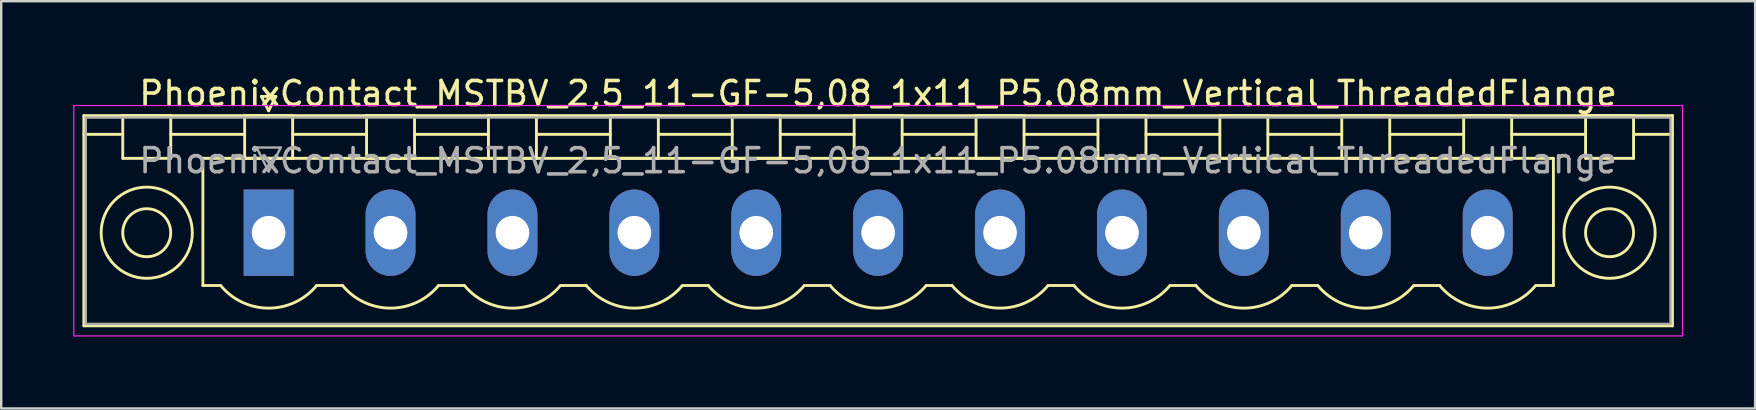
<source format=kicad_pcb>
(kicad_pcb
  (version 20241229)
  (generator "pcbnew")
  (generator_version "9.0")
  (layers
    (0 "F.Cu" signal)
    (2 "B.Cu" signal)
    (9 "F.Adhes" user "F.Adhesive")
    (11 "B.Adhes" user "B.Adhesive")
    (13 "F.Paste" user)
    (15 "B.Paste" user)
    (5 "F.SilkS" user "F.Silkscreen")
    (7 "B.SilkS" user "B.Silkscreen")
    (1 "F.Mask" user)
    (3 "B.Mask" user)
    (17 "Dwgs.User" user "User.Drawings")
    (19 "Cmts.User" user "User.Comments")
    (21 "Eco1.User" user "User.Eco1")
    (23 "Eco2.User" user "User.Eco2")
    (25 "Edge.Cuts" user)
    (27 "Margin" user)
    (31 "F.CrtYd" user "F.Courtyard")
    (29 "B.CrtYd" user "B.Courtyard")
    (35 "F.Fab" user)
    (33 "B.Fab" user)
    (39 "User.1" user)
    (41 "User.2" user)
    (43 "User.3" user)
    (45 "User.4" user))
  (footprint "PhoenixContact_MSTBV_2,5_11-GF-5,08_1x11_P5.08mm_Vertical_ThreadedFlange"
    (layer "F.Cu")
    (at 8.145 6.648)
    (property "Reference" "PhoenixContact_MSTBV_2,5_11-GF-5,08_1x11_P5.08mm_Vertical_ThreadedFlange" (at 25.4 -5.8 0) (layer "F.SilkS") (effects (font (size 1 1) (thickness 0.15))))
    (attr through_hole)
    (fp_line (start -7.7 -4.88) (end -7.7 3.88) (stroke (width 0.12) (type solid)) (layer "F.SilkS"))
    (fp_line (start -7.7 -4.1) (end -6.16 -4.1) (stroke (width 0.12) (type solid)) (layer "F.SilkS"))
    (fp_line (start -7.7 3.88) (end 58.5 3.88) (stroke (width 0.12) (type solid)) (layer "F.SilkS"))
    (fp_line (start -6.08 -4.88) (end -4.08 -4.88) (stroke (width 0.12) (type solid)) (layer "F.SilkS"))
    (fp_line (start -6.08 -3.1) (end -6.08 -4.88) (stroke (width 0.12) (type solid)) (layer "F.SilkS"))
    (fp_line (start -4.08 -4.88) (end -4.08 -3.1) (stroke (width 0.12) (type solid)) (layer "F.SilkS"))
    (fp_line (start -4.08 -4.1) (end -1 -4.1) (stroke (width 0.12) (type solid)) (layer "F.SilkS"))
    (fp_line (start -4.08 -3.1) (end -6.08 -3.1) (stroke (width 0.12) (type solid)) (layer "F.SilkS"))
    (fp_line (start -2.74 -3.1) (end 53.54 -3.1) (stroke (width 0.12) (type solid)) (layer "F.SilkS"))
    (fp_line (start -2.74 2.2) (end -2.74 -3.1) (stroke (width 0.12) (type solid)) (layer "F.SilkS"))
    (fp_line (start -2 2.2) (end -2.74 2.2) (stroke (width 0.12) (type solid)) (layer "F.SilkS"))
    (fp_line (start -1 -4.88) (end 1 -4.88) (stroke (width 0.12) (type solid)) (layer "F.SilkS"))
    (fp_line (start -1 -3.1) (end -1 -4.88) (stroke (width 0.12) (type solid)) (layer "F.SilkS"))
    (fp_line (start -0.3 -5.68) (end 0.3 -5.68) (stroke (width 0.12) (type solid)) (layer "F.SilkS"))
    (fp_line (start 0 -5.08) (end -0.3 -5.68) (stroke (width 0.12) (type solid)) (layer "F.SilkS"))
    (fp_line (start 0.3 -5.68) (end 0 -5.08) (stroke (width 0.12) (type solid)) (layer "F.SilkS"))
    (fp_line (start 1 -4.88) (end 1 -3.1) (stroke (width 0.12) (type solid)) (layer "F.SilkS"))
    (fp_line (start 1 -4.1) (end 4.08 -4.1) (stroke (width 0.12) (type solid)) (layer "F.SilkS"))
    (fp_line (start 1 -3.1) (end -1 -3.1) (stroke (width 0.12) (type solid)) (layer "F.SilkS"))
    (fp_line (start 2 2.2) (end 3.08 2.2) (stroke (width 0.12) (type solid)) (layer "F.SilkS"))
    (fp_line (start 4.08 -4.88) (end 6.08 -4.88) (stroke (width 0.12) (type solid)) (layer "F.SilkS"))
    (fp_line (start 4.08 -3.1) (end 4.08 -4.88) (stroke (width 0.12) (type solid)) (layer "F.SilkS"))
    (fp_line (start 6.08 -4.88) (end 6.08 -3.1) (stroke (width 0.12) (type solid)) (layer "F.SilkS"))
    (fp_line (start 6.08 -4.1) (end 9.16 -4.1) (stroke (width 0.12) (type solid)) (layer "F.SilkS"))
    (fp_line (start 6.08 -3.1) (end 4.08 -3.1) (stroke (width 0.12) (type solid)) (layer "F.SilkS"))
    (fp_line (start 7.08 2.2) (end 8.16 2.2) (stroke (width 0.12) (type solid)) (layer "F.SilkS"))
    (fp_line (start 9.16 -4.88) (end 11.16 -4.88) (stroke (width 0.12) (type solid)) (layer "F.SilkS"))
    (fp_line (start 9.16 -3.1) (end 9.16 -4.88) (stroke (width 0.12) (type solid)) (layer "F.SilkS"))
    (fp_line (start 11.16 -4.88) (end 11.16 -3.1) (stroke (width 0.12) (type solid)) (layer "F.SilkS"))
    (fp_line (start 11.16 -4.1) (end 14.24 -4.1) (stroke (width 0.12) (type solid)) (layer "F.SilkS"))
    (fp_line (start 11.16 -3.1) (end 9.16 -3.1) (stroke (width 0.12) (type solid)) (layer "F.SilkS"))
    (fp_line (start 12.16 2.2) (end 13.24 2.2) (stroke (width 0.12) (type solid)) (layer "F.SilkS"))
    (fp_line (start 14.24 -4.88) (end 16.24 -4.88) (stroke (width 0.12) (type solid)) (layer "F.SilkS"))
    (fp_line (start 14.24 -3.1) (end 14.24 -4.88) (stroke (width 0.12) (type solid)) (layer "F.SilkS"))
    (fp_line (start 16.24 -4.88) (end 16.24 -3.1) (stroke (width 0.12) (type solid)) (layer "F.SilkS"))
    (fp_line (start 16.24 -4.1) (end 19.32 -4.1) (stroke (width 0.12) (type solid)) (layer "F.SilkS"))
    (fp_line (start 16.24 -3.1) (end 14.24 -3.1) (stroke (width 0.12) (type solid)) (layer "F.SilkS"))
    (fp_line (start 17.24 2.2) (end 18.32 2.2) (stroke (width 0.12) (type solid)) (layer "F.SilkS"))
    (fp_line (start 19.32 -4.88) (end 21.32 -4.88) (stroke (width 0.12) (type solid)) (layer "F.SilkS"))
    (fp_line (start 19.32 -3.1) (end 19.32 -4.88) (stroke (width 0.12) (type solid)) (layer "F.SilkS"))
    (fp_line (start 21.32 -4.88) (end 21.32 -3.1) (stroke (width 0.12) (type solid)) (layer "F.SilkS"))
    (fp_line (start 21.32 -4.1) (end 24.4 -4.1) (stroke (width 0.12) (type solid)) (layer "F.SilkS"))
    (fp_line (start 21.32 -3.1) (end 19.32 -3.1) (stroke (width 0.12) (type solid)) (layer "F.SilkS"))
    (fp_line (start 22.32 2.2) (end 23.4 2.2) (stroke (width 0.12) (type solid)) (layer "F.SilkS"))
    (fp_line (start 24.4 -4.88) (end 26.4 -4.88) (stroke (width 0.12) (type solid)) (layer "F.SilkS"))
    (fp_line (start 24.4 -3.1) (end 24.4 -4.88) (stroke (width 0.12) (type solid)) (layer "F.SilkS"))
    (fp_line (start 26.4 -4.88) (end 26.4 -3.1) (stroke (width 0.12) (type solid)) (layer "F.SilkS"))
    (fp_line (start 26.4 -4.1) (end 29.48 -4.1) (stroke (width 0.12) (type solid)) (layer "F.SilkS"))
    (fp_line (start 26.4 -3.1) (end 24.4 -3.1) (stroke (width 0.12) (type solid)) (layer "F.SilkS"))
    (fp_line (start 27.4 2.2) (end 28.48 2.2) (stroke (width 0.12) (type solid)) (layer "F.SilkS"))
    (fp_line (start 29.48 -4.88) (end 31.48 -4.88) (stroke (width 0.12) (type solid)) (layer "F.SilkS"))
    (fp_line (start 29.48 -3.1) (end 29.48 -4.88) (stroke (width 0.12) (type solid)) (layer "F.SilkS"))
    (fp_line (start 31.48 -4.88) (end 31.48 -3.1) (stroke (width 0.12) (type solid)) (layer "F.SilkS"))
    (fp_line (start 31.48 -4.1) (end 34.56 -4.1) (stroke (width 0.12) (type solid)) (layer "F.SilkS"))
    (fp_line (start 31.48 -3.1) (end 29.48 -3.1) (stroke (width 0.12) (type solid)) (layer "F.SilkS"))
    (fp_line (start 32.48 2.2) (end 33.56 2.2) (stroke (width 0.12) (type solid)) (layer "F.SilkS"))
    (fp_line (start 34.56 -4.88) (end 36.56 -4.88) (stroke (width 0.12) (type solid)) (layer "F.SilkS"))
    (fp_line (start 34.56 -3.1) (end 34.56 -4.88) (stroke (width 0.12) (type solid)) (layer "F.SilkS"))
    (fp_line (start 36.56 -4.88) (end 36.56 -3.1) (stroke (width 0.12) (type solid)) (layer "F.SilkS"))
    (fp_line (start 36.56 -4.1) (end 39.64 -4.1) (stroke (width 0.12) (type solid)) (layer "F.SilkS"))
    (fp_line (start 36.56 -3.1) (end 34.56 -3.1) (stroke (width 0.12) (type solid)) (layer "F.SilkS"))
    (fp_line (start 37.56 2.2) (end 38.64 2.2) (stroke (width 0.12) (type solid)) (layer "F.SilkS"))
    (fp_line (start 39.64 -4.88) (end 41.64 -4.88) (stroke (width 0.12) (type solid)) (layer "F.SilkS"))
    (fp_line (start 39.64 -3.1) (end 39.64 -4.88) (stroke (width 0.12) (type solid)) (layer "F.SilkS"))
    (fp_line (start 41.64 -4.88) (end 41.64 -3.1) (stroke (width 0.12) (type solid)) (layer "F.SilkS"))
    (fp_line (start 41.64 -4.1) (end 44.72 -4.1) (stroke (width 0.12) (type solid)) (layer "F.SilkS"))
    (fp_line (start 41.64 -3.1) (end 39.64 -3.1) (stroke (width 0.12) (type solid)) (layer "F.SilkS"))
    (fp_line (start 42.64 2.2) (end 43.72 2.2) (stroke (width 0.12) (type solid)) (layer "F.SilkS"))
    (fp_line (start 44.72 -4.88) (end 46.72 -4.88) (stroke (width 0.12) (type solid)) (layer "F.SilkS"))
    (fp_line (start 44.72 -3.1) (end 44.72 -4.88) (stroke (width 0.12) (type solid)) (layer "F.SilkS"))
    (fp_line (start 46.72 -4.88) (end 46.72 -3.1) (stroke (width 0.12) (type solid)) (layer "F.SilkS"))
    (fp_line (start 46.72 -4.1) (end 49.8 -4.1) (stroke (width 0.12) (type solid)) (layer "F.SilkS"))
    (fp_line (start 46.72 -3.1) (end 44.72 -3.1) (stroke (width 0.12) (type solid)) (layer "F.SilkS"))
    (fp_line (start 47.72 2.2) (end 48.8 2.2) (stroke (width 0.12) (type solid)) (layer "F.SilkS"))
    (fp_line (start 49.8 -4.88) (end 51.8 -4.88) (stroke (width 0.12) (type solid)) (layer "F.SilkS"))
    (fp_line (start 49.8 -3.1) (end 49.8 -4.88) (stroke (width 0.12) (type solid)) (layer "F.SilkS"))
    (fp_line (start 51.8 -4.88) (end 51.8 -3.1) (stroke (width 0.12) (type solid)) (layer "F.SilkS"))
    (fp_line (start 51.8 -4.1) (end 54.88 -4.1) (stroke (width 0.12) (type solid)) (layer "F.SilkS"))
    (fp_line (start 51.8 -3.1) (end 49.8 -3.1) (stroke (width 0.12) (type solid)) (layer "F.SilkS"))
    (fp_line (start 53.54 -3.1) (end 53.54 2.2) (stroke (width 0.12) (type solid)) (layer "F.SilkS"))
    (fp_line (start 53.54 2.2) (end 52.8 2.2) (stroke (width 0.12) (type solid)) (layer "F.SilkS"))
    (fp_line (start 54.88 -4.88) (end 56.88 -4.88) (stroke (width 0.12) (type solid)) (layer "F.SilkS"))
    (fp_line (start 54.88 -3.1) (end 54.88 -4.88) (stroke (width 0.12) (type solid)) (layer "F.SilkS"))
    (fp_line (start 56.88 -4.88) (end 56.88 -3.1) (stroke (width 0.12) (type solid)) (layer "F.SilkS"))
    (fp_line (start 56.88 -3.1) (end 54.88 -3.1) (stroke (width 0.12) (type solid)) (layer "F.SilkS"))
    (fp_line (start 58.5 -4.88) (end -7.7 -4.88) (stroke (width 0.12) (type solid)) (layer "F.SilkS"))
    (fp_line (start 58.5 -4.1) (end 56.96 -4.1) (stroke (width 0.12) (type solid)) (layer "F.SilkS"))
    (fp_line (start 58.5 3.88) (end 58.5 -4.88) (stroke (width 0.12) (type solid)) (layer "F.SilkS"))
    (fp_arc (start 1.986842 2.215821) (mid -0.010289 3.142758) (end -2 2.2) (stroke (width 0.12) (type solid)) (layer "F.SilkS"))
    (fp_arc (start 7.066842 2.215821) (mid 5.069711 3.142758) (end 3.08 2.2) (stroke (width 0.12) (type solid)) (layer "F.SilkS"))
    (fp_arc (start 12.146842 2.215821) (mid 10.149711 3.142758) (end 8.16 2.2) (stroke (width 0.12) (type solid)) (layer "F.SilkS"))
    (fp_arc (start 17.226842 2.215821) (mid 15.229711 3.142758) (end 13.24 2.2) (stroke (width 0.12) (type solid)) (layer "F.SilkS"))
    (fp_arc (start 22.306842 2.215821) (mid 20.309711 3.142758) (end 18.32 2.2) (stroke (width 0.12) (type solid)) (layer "F.SilkS"))
    (fp_arc (start 27.386842 2.215821) (mid 25.389711 3.142758) (end 23.4 2.2) (stroke (width 0.12) (type solid)) (layer "F.SilkS"))
    (fp_arc (start 32.466842 2.215821) (mid 30.469711 3.142758) (end 28.48 2.2) (stroke (width 0.12) (type solid)) (layer "F.SilkS"))
    (fp_arc (start 37.546842 2.215821) (mid 35.549711 3.142758) (end 33.56 2.2) (stroke (width 0.12) (type solid)) (layer "F.SilkS"))
    (fp_arc (start 42.626842 2.215821) (mid 40.629711 3.142758) (end 38.64 2.2) (stroke (width 0.12) (type solid)) (layer "F.SilkS"))
    (fp_arc (start 47.706842 2.215821) (mid 45.709711 3.142758) (end 43.72 2.2) (stroke (width 0.12) (type solid)) (layer "F.SilkS"))
    (fp_arc (start 52.786842 2.215821) (mid 50.789711 3.142758) (end 48.8 2.2) (stroke (width 0.12) (type solid)) (layer "F.SilkS"))
    (fp_circle (center -5.08 0) (end -4.08 0) (stroke (width 0.12) (type solid)) (fill no) (layer "F.SilkS"))
    (fp_circle (center -5.08 0) (end -3.18 0) (stroke (width 0.12) (type solid)) (fill no) (layer "F.SilkS"))
    (fp_circle (center 55.88 0) (end 56.88 0) (stroke (width 0.12) (type solid)) (fill no) (layer "F.SilkS"))
    (fp_circle (center 55.88 0) (end 57.78 0) (stroke (width 0.12) (type solid)) (fill no) (layer "F.SilkS"))
    (fp_line (start -8.12 -5.3) (end -8.12 4.3) (stroke (width 0.05) (type solid)) (layer "F.CrtYd"))
    (fp_line (start -8.12 4.3) (end 58.92 4.3) (stroke (width 0.05) (type solid)) (layer "F.CrtYd"))
    (fp_line (start 58.92 -5.3) (end -8.12 -5.3) (stroke (width 0.05) (type solid)) (layer "F.CrtYd"))
    (fp_line (start 58.92 4.3) (end 58.92 -5.3) (stroke (width 0.05) (type solid)) (layer "F.CrtYd"))
    (fp_line (start -7.62 -4.8) (end -7.62 3.8) (stroke (width 0.1) (type solid)) (layer "F.Fab"))
    (fp_line (start -7.62 3.8) (end 58.42 3.8) (stroke (width 0.1) (type solid)) (layer "F.Fab"))
    (fp_line (start -0.5 -3.55) (end 0.5 -3.55) (stroke (width 0.1) (type solid)) (layer "F.Fab"))
    (fp_line (start 0 -2.55) (end -0.5 -3.55) (stroke (width 0.1) (type solid)) (layer "F.Fab"))
    (fp_line (start 0.5 -3.55) (end 0 -2.55) (stroke (width 0.1) (type solid)) (layer "F.Fab"))
    (fp_line (start 58.42 -4.8) (end -7.62 -4.8) (stroke (width 0.1) (type solid)) (layer "F.Fab"))
    (fp_line (start 58.42 3.8) (end 58.42 -4.8) (stroke (width 0.1) (type solid)) (layer "F.Fab"))
    (fp_text user "${REFERENCE}" (at 25.4 -3 0) (layer "F.Fab") (effects (font (size 1 1) (thickness 0.15))))
    (pad "1" thru_hole rect (at 0 0) (size 2.08 3.6) (drill 1.4) (layers "*.Cu" "*.Mask"))
    (pad "2" thru_hole oval (at 5.08 0) (size 2.08 3.6) (drill 1.4) (layers "*.Cu" "*.Mask"))
    (pad "3" thru_hole oval (at 10.16 0) (size 2.08 3.6) (drill 1.4) (layers "*.Cu" "*.Mask"))
    (pad "4" thru_hole oval (at 15.24 0) (size 2.08 3.6) (drill 1.4) (layers "*.Cu" "*.Mask"))
    (pad "5" thru_hole oval (at 20.32 0) (size 2.08 3.6) (drill 1.4) (layers "*.Cu" "*.Mask"))
    (pad "6" thru_hole oval (at 25.4 0) (size 2.08 3.6) (drill 1.4) (layers "*.Cu" "*.Mask"))
    (pad "7" thru_hole oval (at 30.48 0) (size 2.08 3.6) (drill 1.4) (layers "*.Cu" "*.Mask"))
    (pad "8" thru_hole oval (at 35.56 0) (size 2.08 3.6) (drill 1.4) (layers "*.Cu" "*.Mask"))
    (pad "9" thru_hole oval (at 40.64 0) (size 2.08 3.6) (drill 1.4) (layers "*.Cu" "*.Mask"))
    (pad "10" thru_hole oval (at 45.72 0) (size 2.08 3.6) (drill 1.4) (layers "*.Cu" "*.Mask"))
    (pad "11" thru_hole oval (at 50.8 0) (size 2.08 3.6) (drill 1.4) (layers "*.Cu" "*.Mask")))
  (gr_rect
    (start -3 -3)
    (end 70.09 13.973)
    (stroke (width 0.1) (type default))
    (fill no)
    (layer "Edge.Cuts")))
</source>
